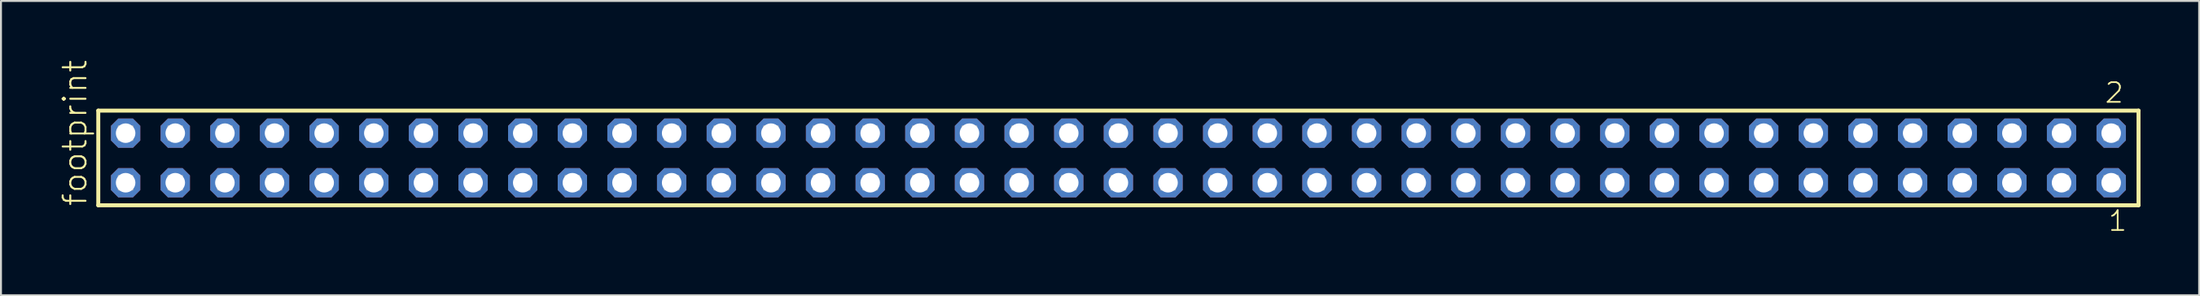
<source format=kicad_pcb>
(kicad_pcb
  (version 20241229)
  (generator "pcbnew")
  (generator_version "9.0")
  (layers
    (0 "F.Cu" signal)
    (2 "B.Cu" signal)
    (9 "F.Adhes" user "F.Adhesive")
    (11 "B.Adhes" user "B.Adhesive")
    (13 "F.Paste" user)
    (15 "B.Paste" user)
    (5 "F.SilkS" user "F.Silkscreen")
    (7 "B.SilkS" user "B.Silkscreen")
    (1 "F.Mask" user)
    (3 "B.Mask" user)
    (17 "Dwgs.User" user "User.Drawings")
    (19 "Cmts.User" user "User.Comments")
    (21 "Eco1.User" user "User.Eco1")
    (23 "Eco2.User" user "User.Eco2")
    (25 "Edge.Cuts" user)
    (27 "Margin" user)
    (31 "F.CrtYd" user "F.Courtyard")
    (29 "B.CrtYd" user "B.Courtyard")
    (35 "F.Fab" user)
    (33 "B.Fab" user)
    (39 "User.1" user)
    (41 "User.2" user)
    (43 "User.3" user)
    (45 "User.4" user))
  (footprint "footprint"
    (layer "F.Cu")
    (at 54.178 5.042)
    (property "Reference" "footprint" (at -52.705 2.54 90) (layer "F.SilkS") (effects (font (size 1.168 1.168) (thickness 0.102)) (justify left bottom)))
    (fp_line (start -52.199 -2.425) (end 52.199 -2.425) (stroke (width 0.203) (type solid)) (layer "F.SilkS"))
    (fp_line (start -52.199 2.425) (end -52.199 -2.425) (stroke (width 0.203) (type solid)) (layer "F.SilkS"))
    (fp_line (start 52.199 -2.425) (end 52.199 2.425) (stroke (width 0.203) (type solid)) (layer "F.SilkS"))
    (fp_line (start 52.199 2.425) (end -52.199 2.425) (stroke (width 0.203) (type solid)) (layer "F.SilkS"))
    (fp_poly (pts (xy -51.15 -0.92) (xy -50.45 -0.92) (xy -50.45 -1.62) (xy -51.15 -1.62)) (stroke (width 0.1) (type solid)) (fill no) (layer "F.Fab"))
    (fp_poly (pts (xy -51.15 1.62) (xy -50.45 1.62) (xy -50.45 0.92) (xy -51.15 0.92)) (stroke (width 0.1) (type solid)) (fill no) (layer "F.Fab"))
    (fp_poly (pts (xy -48.61 -0.92) (xy -47.91 -0.92) (xy -47.91 -1.62) (xy -48.61 -1.62)) (stroke (width 0.1) (type solid)) (fill no) (layer "F.Fab"))
    (fp_poly (pts (xy -48.61 1.62) (xy -47.91 1.62) (xy -47.91 0.92) (xy -48.61 0.92)) (stroke (width 0.1) (type solid)) (fill no) (layer "F.Fab"))
    (fp_poly (pts (xy -46.07 -0.92) (xy -45.37 -0.92) (xy -45.37 -1.62) (xy -46.07 -1.62)) (stroke (width 0.1) (type solid)) (fill no) (layer "F.Fab"))
    (fp_poly (pts (xy -46.07 1.62) (xy -45.37 1.62) (xy -45.37 0.92) (xy -46.07 0.92)) (stroke (width 0.1) (type solid)) (fill no) (layer "F.Fab"))
    (fp_poly (pts (xy -43.53 -0.92) (xy -42.83 -0.92) (xy -42.83 -1.62) (xy -43.53 -1.62)) (stroke (width 0.1) (type solid)) (fill no) (layer "F.Fab"))
    (fp_poly (pts (xy -43.53 1.62) (xy -42.83 1.62) (xy -42.83 0.92) (xy -43.53 0.92)) (stroke (width 0.1) (type solid)) (fill no) (layer "F.Fab"))
    (fp_poly (pts (xy -40.99 -0.92) (xy -40.29 -0.92) (xy -40.29 -1.62) (xy -40.99 -1.62)) (stroke (width 0.1) (type solid)) (fill no) (layer "F.Fab"))
    (fp_poly (pts (xy -40.99 1.62) (xy -40.29 1.62) (xy -40.29 0.92) (xy -40.99 0.92)) (stroke (width 0.1) (type solid)) (fill no) (layer "F.Fab"))
    (fp_poly (pts (xy -38.45 -0.92) (xy -37.75 -0.92) (xy -37.75 -1.62) (xy -38.45 -1.62)) (stroke (width 0.1) (type solid)) (fill no) (layer "F.Fab"))
    (fp_poly (pts (xy -38.45 1.62) (xy -37.75 1.62) (xy -37.75 0.92) (xy -38.45 0.92)) (stroke (width 0.1) (type solid)) (fill no) (layer "F.Fab"))
    (fp_poly (pts (xy -35.91 -0.92) (xy -35.21 -0.92) (xy -35.21 -1.62) (xy -35.91 -1.62)) (stroke (width 0.1) (type solid)) (fill no) (layer "F.Fab"))
    (fp_poly (pts (xy -35.91 1.62) (xy -35.21 1.62) (xy -35.21 0.92) (xy -35.91 0.92)) (stroke (width 0.1) (type solid)) (fill no) (layer "F.Fab"))
    (fp_poly (pts (xy -33.37 -0.92) (xy -32.67 -0.92) (xy -32.67 -1.62) (xy -33.37 -1.62)) (stroke (width 0.1) (type solid)) (fill no) (layer "F.Fab"))
    (fp_poly (pts (xy -33.37 1.62) (xy -32.67 1.62) (xy -32.67 0.92) (xy -33.37 0.92)) (stroke (width 0.1) (type solid)) (fill no) (layer "F.Fab"))
    (fp_poly (pts (xy -30.83 -0.92) (xy -30.13 -0.92) (xy -30.13 -1.62) (xy -30.83 -1.62)) (stroke (width 0.1) (type solid)) (fill no) (layer "F.Fab"))
    (fp_poly (pts (xy -30.83 1.62) (xy -30.13 1.62) (xy -30.13 0.92) (xy -30.83 0.92)) (stroke (width 0.1) (type solid)) (fill no) (layer "F.Fab"))
    (fp_poly (pts (xy -28.29 -0.92) (xy -27.59 -0.92) (xy -27.59 -1.62) (xy -28.29 -1.62)) (stroke (width 0.1) (type solid)) (fill no) (layer "F.Fab"))
    (fp_poly (pts (xy -28.29 1.62) (xy -27.59 1.62) (xy -27.59 0.92) (xy -28.29 0.92)) (stroke (width 0.1) (type solid)) (fill no) (layer "F.Fab"))
    (fp_poly (pts (xy -25.75 -0.92) (xy -25.05 -0.92) (xy -25.05 -1.62) (xy -25.75 -1.62)) (stroke (width 0.1) (type solid)) (fill no) (layer "F.Fab"))
    (fp_poly (pts (xy -25.75 1.62) (xy -25.05 1.62) (xy -25.05 0.92) (xy -25.75 0.92)) (stroke (width 0.1) (type solid)) (fill no) (layer "F.Fab"))
    (fp_poly (pts (xy -23.21 -0.92) (xy -22.51 -0.92) (xy -22.51 -1.62) (xy -23.21 -1.62)) (stroke (width 0.1) (type solid)) (fill no) (layer "F.Fab"))
    (fp_poly (pts (xy -23.21 1.62) (xy -22.51 1.62) (xy -22.51 0.92) (xy -23.21 0.92)) (stroke (width 0.1) (type solid)) (fill no) (layer "F.Fab"))
    (fp_poly (pts (xy -20.67 -0.92) (xy -19.97 -0.92) (xy -19.97 -1.62) (xy -20.67 -1.62)) (stroke (width 0.1) (type solid)) (fill no) (layer "F.Fab"))
    (fp_poly (pts (xy -20.67 1.62) (xy -19.97 1.62) (xy -19.97 0.92) (xy -20.67 0.92)) (stroke (width 0.1) (type solid)) (fill no) (layer "F.Fab"))
    (fp_poly (pts (xy -18.13 -0.92) (xy -17.43 -0.92) (xy -17.43 -1.62) (xy -18.13 -1.62)) (stroke (width 0.1) (type solid)) (fill no) (layer "F.Fab"))
    (fp_poly (pts (xy -18.13 1.62) (xy -17.43 1.62) (xy -17.43 0.92) (xy -18.13 0.92)) (stroke (width 0.1) (type solid)) (fill no) (layer "F.Fab"))
    (fp_poly (pts (xy -15.59 -0.92) (xy -14.89 -0.92) (xy -14.89 -1.62) (xy -15.59 -1.62)) (stroke (width 0.1) (type solid)) (fill no) (layer "F.Fab"))
    (fp_poly (pts (xy -15.59 1.62) (xy -14.89 1.62) (xy -14.89 0.92) (xy -15.59 0.92)) (stroke (width 0.1) (type solid)) (fill no) (layer "F.Fab"))
    (fp_poly (pts (xy -13.05 -0.92) (xy -12.35 -0.92) (xy -12.35 -1.62) (xy -13.05 -1.62)) (stroke (width 0.1) (type solid)) (fill no) (layer "F.Fab"))
    (fp_poly (pts (xy -13.05 1.62) (xy -12.35 1.62) (xy -12.35 0.92) (xy -13.05 0.92)) (stroke (width 0.1) (type solid)) (fill no) (layer "F.Fab"))
    (fp_poly (pts (xy -10.51 -0.92) (xy -9.81 -0.92) (xy -9.81 -1.62) (xy -10.51 -1.62)) (stroke (width 0.1) (type solid)) (fill no) (layer "F.Fab"))
    (fp_poly (pts (xy -10.51 1.62) (xy -9.81 1.62) (xy -9.81 0.92) (xy -10.51 0.92)) (stroke (width 0.1) (type solid)) (fill no) (layer "F.Fab"))
    (fp_poly (pts (xy -7.97 -0.92) (xy -7.27 -0.92) (xy -7.27 -1.62) (xy -7.97 -1.62)) (stroke (width 0.1) (type solid)) (fill no) (layer "F.Fab"))
    (fp_poly (pts (xy -7.97 1.62) (xy -7.27 1.62) (xy -7.27 0.92) (xy -7.97 0.92)) (stroke (width 0.1) (type solid)) (fill no) (layer "F.Fab"))
    (fp_poly (pts (xy -5.43 -0.92) (xy -4.73 -0.92) (xy -4.73 -1.62) (xy -5.43 -1.62)) (stroke (width 0.1) (type solid)) (fill no) (layer "F.Fab"))
    (fp_poly (pts (xy -5.43 1.62) (xy -4.73 1.62) (xy -4.73 0.92) (xy -5.43 0.92)) (stroke (width 0.1) (type solid)) (fill no) (layer "F.Fab"))
    (fp_poly (pts (xy -2.89 -0.92) (xy -2.19 -0.92) (xy -2.19 -1.62) (xy -2.89 -1.62)) (stroke (width 0.1) (type solid)) (fill no) (layer "F.Fab"))
    (fp_poly (pts (xy -2.89 1.62) (xy -2.19 1.62) (xy -2.19 0.92) (xy -2.89 0.92)) (stroke (width 0.1) (type solid)) (fill no) (layer "F.Fab"))
    (fp_poly (pts (xy -0.35 -0.92) (xy 0.35 -0.92) (xy 0.35 -1.62) (xy -0.35 -1.62)) (stroke (width 0.1) (type solid)) (fill no) (layer "F.Fab"))
    (fp_poly (pts (xy -0.35 1.62) (xy 0.35 1.62) (xy 0.35 0.92) (xy -0.35 0.92)) (stroke (width 0.1) (type solid)) (fill no) (layer "F.Fab"))
    (fp_poly (pts (xy 2.19 -0.92) (xy 2.89 -0.92) (xy 2.89 -1.62) (xy 2.19 -1.62)) (stroke (width 0.1) (type solid)) (fill no) (layer "F.Fab"))
    (fp_poly (pts (xy 2.19 1.62) (xy 2.89 1.62) (xy 2.89 0.92) (xy 2.19 0.92)) (stroke (width 0.1) (type solid)) (fill no) (layer "F.Fab"))
    (fp_poly (pts (xy 4.73 -0.92) (xy 5.43 -0.92) (xy 5.43 -1.62) (xy 4.73 -1.62)) (stroke (width 0.1) (type solid)) (fill no) (layer "F.Fab"))
    (fp_poly (pts (xy 4.73 1.62) (xy 5.43 1.62) (xy 5.43 0.92) (xy 4.73 0.92)) (stroke (width 0.1) (type solid)) (fill no) (layer "F.Fab"))
    (fp_poly (pts (xy 7.27 -0.92) (xy 7.97 -0.92) (xy 7.97 -1.62) (xy 7.27 -1.62)) (stroke (width 0.1) (type solid)) (fill no) (layer "F.Fab"))
    (fp_poly (pts (xy 7.27 1.62) (xy 7.97 1.62) (xy 7.97 0.92) (xy 7.27 0.92)) (stroke (width 0.1) (type solid)) (fill no) (layer "F.Fab"))
    (fp_poly (pts (xy 9.81 -0.92) (xy 10.51 -0.92) (xy 10.51 -1.62) (xy 9.81 -1.62)) (stroke (width 0.1) (type solid)) (fill no) (layer "F.Fab"))
    (fp_poly (pts (xy 9.81 1.62) (xy 10.51 1.62) (xy 10.51 0.92) (xy 9.81 0.92)) (stroke (width 0.1) (type solid)) (fill no) (layer "F.Fab"))
    (fp_poly (pts (xy 12.35 -0.92) (xy 13.05 -0.92) (xy 13.05 -1.62) (xy 12.35 -1.62)) (stroke (width 0.1) (type solid)) (fill no) (layer "F.Fab"))
    (fp_poly (pts (xy 12.35 1.62) (xy 13.05 1.62) (xy 13.05 0.92) (xy 12.35 0.92)) (stroke (width 0.1) (type solid)) (fill no) (layer "F.Fab"))
    (fp_poly (pts (xy 14.89 -0.92) (xy 15.59 -0.92) (xy 15.59 -1.62) (xy 14.89 -1.62)) (stroke (width 0.1) (type solid)) (fill no) (layer "F.Fab"))
    (fp_poly (pts (xy 14.89 1.62) (xy 15.59 1.62) (xy 15.59 0.92) (xy 14.89 0.92)) (stroke (width 0.1) (type solid)) (fill no) (layer "F.Fab"))
    (fp_poly (pts (xy 17.43 -0.92) (xy 18.13 -0.92) (xy 18.13 -1.62) (xy 17.43 -1.62)) (stroke (width 0.1) (type solid)) (fill no) (layer "F.Fab"))
    (fp_poly (pts (xy 17.43 1.62) (xy 18.13 1.62) (xy 18.13 0.92) (xy 17.43 0.92)) (stroke (width 0.1) (type solid)) (fill no) (layer "F.Fab"))
    (fp_poly (pts (xy 19.97 -0.92) (xy 20.67 -0.92) (xy 20.67 -1.62) (xy 19.97 -1.62)) (stroke (width 0.1) (type solid)) (fill no) (layer "F.Fab"))
    (fp_poly (pts (xy 19.97 1.62) (xy 20.67 1.62) (xy 20.67 0.92) (xy 19.97 0.92)) (stroke (width 0.1) (type solid)) (fill no) (layer "F.Fab"))
    (fp_poly (pts (xy 22.51 -0.92) (xy 23.21 -0.92) (xy 23.21 -1.62) (xy 22.51 -1.62)) (stroke (width 0.1) (type solid)) (fill no) (layer "F.Fab"))
    (fp_poly (pts (xy 22.51 1.62) (xy 23.21 1.62) (xy 23.21 0.92) (xy 22.51 0.92)) (stroke (width 0.1) (type solid)) (fill no) (layer "F.Fab"))
    (fp_poly (pts (xy 25.05 -0.92) (xy 25.75 -0.92) (xy 25.75 -1.62) (xy 25.05 -1.62)) (stroke (width 0.1) (type solid)) (fill no) (layer "F.Fab"))
    (fp_poly (pts (xy 25.05 1.62) (xy 25.75 1.62) (xy 25.75 0.92) (xy 25.05 0.92)) (stroke (width 0.1) (type solid)) (fill no) (layer "F.Fab"))
    (fp_poly (pts (xy 27.59 -0.92) (xy 28.29 -0.92) (xy 28.29 -1.62) (xy 27.59 -1.62)) (stroke (width 0.1) (type solid)) (fill no) (layer "F.Fab"))
    (fp_poly (pts (xy 27.59 1.62) (xy 28.29 1.62) (xy 28.29 0.92) (xy 27.59 0.92)) (stroke (width 0.1) (type solid)) (fill no) (layer "F.Fab"))
    (fp_poly (pts (xy 30.13 -0.92) (xy 30.83 -0.92) (xy 30.83 -1.62) (xy 30.13 -1.62)) (stroke (width 0.1) (type solid)) (fill no) (layer "F.Fab"))
    (fp_poly (pts (xy 30.13 1.62) (xy 30.83 1.62) (xy 30.83 0.92) (xy 30.13 0.92)) (stroke (width 0.1) (type solid)) (fill no) (layer "F.Fab"))
    (fp_poly (pts (xy 32.67 -0.92) (xy 33.37 -0.92) (xy 33.37 -1.62) (xy 32.67 -1.62)) (stroke (width 0.1) (type solid)) (fill no) (layer "F.Fab"))
    (fp_poly (pts (xy 32.67 1.62) (xy 33.37 1.62) (xy 33.37 0.92) (xy 32.67 0.92)) (stroke (width 0.1) (type solid)) (fill no) (layer "F.Fab"))
    (fp_poly (pts (xy 35.21 -0.92) (xy 35.91 -0.92) (xy 35.91 -1.62) (xy 35.21 -1.62)) (stroke (width 0.1) (type solid)) (fill no) (layer "F.Fab"))
    (fp_poly (pts (xy 35.21 1.62) (xy 35.91 1.62) (xy 35.91 0.92) (xy 35.21 0.92)) (stroke (width 0.1) (type solid)) (fill no) (layer "F.Fab"))
    (fp_poly (pts (xy 37.75 -0.92) (xy 38.45 -0.92) (xy 38.45 -1.62) (xy 37.75 -1.62)) (stroke (width 0.1) (type solid)) (fill no) (layer "F.Fab"))
    (fp_poly (pts (xy 37.75 1.62) (xy 38.45 1.62) (xy 38.45 0.92) (xy 37.75 0.92)) (stroke (width 0.1) (type solid)) (fill no) (layer "F.Fab"))
    (fp_poly (pts (xy 40.29 -0.92) (xy 40.99 -0.92) (xy 40.99 -1.62) (xy 40.29 -1.62)) (stroke (width 0.1) (type solid)) (fill no) (layer "F.Fab"))
    (fp_poly (pts (xy 40.29 1.62) (xy 40.99 1.62) (xy 40.99 0.92) (xy 40.29 0.92)) (stroke (width 0.1) (type solid)) (fill no) (layer "F.Fab"))
    (fp_poly (pts (xy 42.83 -0.92) (xy 43.53 -0.92) (xy 43.53 -1.62) (xy 42.83 -1.62)) (stroke (width 0.1) (type solid)) (fill no) (layer "F.Fab"))
    (fp_poly (pts (xy 42.83 1.62) (xy 43.53 1.62) (xy 43.53 0.92) (xy 42.83 0.92)) (stroke (width 0.1) (type solid)) (fill no) (layer "F.Fab"))
    (fp_poly (pts (xy 45.37 -0.92) (xy 46.07 -0.92) (xy 46.07 -1.62) (xy 45.37 -1.62)) (stroke (width 0.1) (type solid)) (fill no) (layer "F.Fab"))
    (fp_poly (pts (xy 45.37 1.62) (xy 46.07 1.62) (xy 46.07 0.92) (xy 45.37 0.92)) (stroke (width 0.1) (type solid)) (fill no) (layer "F.Fab"))
    (fp_poly (pts (xy 47.91 -0.92) (xy 48.61 -0.92) (xy 48.61 -1.62) (xy 47.91 -1.62)) (stroke (width 0.1) (type solid)) (fill no) (layer "F.Fab"))
    (fp_poly (pts (xy 47.91 1.62) (xy 48.61 1.62) (xy 48.61 0.92) (xy 47.91 0.92)) (stroke (width 0.1) (type solid)) (fill no) (layer "F.Fab"))
    (fp_poly (pts (xy 50.45 -0.92) (xy 51.15 -0.92) (xy 51.15 -1.62) (xy 50.45 -1.62)) (stroke (width 0.1) (type solid)) (fill no) (layer "F.Fab"))
    (fp_poly (pts (xy 50.45 1.62) (xy 51.15 1.62) (xy 51.15 0.92) (xy 50.45 0.92)) (stroke (width 0.1) (type solid)) (fill no) (layer "F.Fab"))
    (fp_text user "2" (at 50.417 -2.744 0) (layer "F.SilkS") (effects (font (size 1.012 1.012) (thickness 0.088)) (justify left bottom)))
    (fp_text user "1" (at 50.592 3.818 0) (layer "F.SilkS") (effects (font (size 1.012 1.012) (thickness 0.088)) (justify left bottom)))
    (pad "1" thru_hole roundrect (at 50.8 1.27 180) (size 1.5 1.5) (drill 1) (layers "*.Cu" "*.Mask") (roundrect_rratio 0.25) (chamfer_ratio 0.25) (chamfer top_left top_right bottom_left bottom_right))
    (pad "2" thru_hole roundrect (at 50.8 -1.27 180) (size 1.5 1.5) (drill 1) (layers "*.Cu" "*.Mask") (roundrect_rratio 0.25) (chamfer_ratio 0.25) (chamfer top_left top_right bottom_left bottom_right))
    (pad "3" thru_hole roundrect (at 48.26 1.27 180) (size 1.5 1.5) (drill 1) (layers "*.Cu" "*.Mask") (roundrect_rratio 0.25) (chamfer_ratio 0.25) (chamfer top_left top_right bottom_left bottom_right))
    (pad "4" thru_hole roundrect (at 48.26 -1.27 180) (size 1.5 1.5) (drill 1) (layers "*.Cu" "*.Mask") (roundrect_rratio 0.25) (chamfer_ratio 0.25) (chamfer top_left top_right bottom_left bottom_right))
    (pad "5" thru_hole roundrect (at 45.72 1.27 180) (size 1.5 1.5) (drill 1) (layers "*.Cu" "*.Mask") (roundrect_rratio 0.25) (chamfer_ratio 0.25) (chamfer top_left top_right bottom_left bottom_right))
    (pad "6" thru_hole roundrect (at 45.72 -1.27 180) (size 1.5 1.5) (drill 1) (layers "*.Cu" "*.Mask") (roundrect_rratio 0.25) (chamfer_ratio 0.25) (chamfer top_left top_right bottom_left bottom_right))
    (pad "7" thru_hole roundrect (at 43.18 1.27 180) (size 1.5 1.5) (drill 1) (layers "*.Cu" "*.Mask") (roundrect_rratio 0.25) (chamfer_ratio 0.25) (chamfer top_left top_right bottom_left bottom_right))
    (pad "8" thru_hole roundrect (at 43.18 -1.27 180) (size 1.5 1.5) (drill 1) (layers "*.Cu" "*.Mask") (roundrect_rratio 0.25) (chamfer_ratio 0.25) (chamfer top_left top_right bottom_left bottom_right))
    (pad "9" thru_hole roundrect (at 40.64 1.27 180) (size 1.5 1.5) (drill 1) (layers "*.Cu" "*.Mask") (roundrect_rratio 0.25) (chamfer_ratio 0.25) (chamfer top_left top_right bottom_left bottom_right))
    (pad "10" thru_hole roundrect (at 40.64 -1.27 180) (size 1.5 1.5) (drill 1) (layers "*.Cu" "*.Mask") (roundrect_rratio 0.25) (chamfer_ratio 0.25) (chamfer top_left top_right bottom_left bottom_right))
    (pad "11" thru_hole roundrect (at 38.1 1.27 180) (size 1.5 1.5) (drill 1) (layers "*.Cu" "*.Mask") (roundrect_rratio 0.25) (chamfer_ratio 0.25) (chamfer top_left top_right bottom_left bottom_right))
    (pad "12" thru_hole roundrect (at 38.1 -1.27 180) (size 1.5 1.5) (drill 1) (layers "*.Cu" "*.Mask") (roundrect_rratio 0.25) (chamfer_ratio 0.25) (chamfer top_left top_right bottom_left bottom_right))
    (pad "13" thru_hole roundrect (at 35.56 1.27 180) (size 1.5 1.5) (drill 1) (layers "*.Cu" "*.Mask") (roundrect_rratio 0.25) (chamfer_ratio 0.25) (chamfer top_left top_right bottom_left bottom_right))
    (pad "14" thru_hole roundrect (at 35.56 -1.27 180) (size 1.5 1.5) (drill 1) (layers "*.Cu" "*.Mask") (roundrect_rratio 0.25) (chamfer_ratio 0.25) (chamfer top_left top_right bottom_left bottom_right))
    (pad "15" thru_hole roundrect (at 33.02 1.27 180) (size 1.5 1.5) (drill 1) (layers "*.Cu" "*.Mask") (roundrect_rratio 0.25) (chamfer_ratio 0.25) (chamfer top_left top_right bottom_left bottom_right))
    (pad "16" thru_hole roundrect (at 33.02 -1.27 180) (size 1.5 1.5) (drill 1) (layers "*.Cu" "*.Mask") (roundrect_rratio 0.25) (chamfer_ratio 0.25) (chamfer top_left top_right bottom_left bottom_right))
    (pad "17" thru_hole roundrect (at 30.48 1.27 180) (size 1.5 1.5) (drill 1) (layers "*.Cu" "*.Mask") (roundrect_rratio 0.25) (chamfer_ratio 0.25) (chamfer top_left top_right bottom_left bottom_right))
    (pad "18" thru_hole roundrect (at 30.48 -1.27 180) (size 1.5 1.5) (drill 1) (layers "*.Cu" "*.Mask") (roundrect_rratio 0.25) (chamfer_ratio 0.25) (chamfer top_left top_right bottom_left bottom_right))
    (pad "19" thru_hole roundrect (at 27.94 1.27 180) (size 1.5 1.5) (drill 1) (layers "*.Cu" "*.Mask") (roundrect_rratio 0.25) (chamfer_ratio 0.25) (chamfer top_left top_right bottom_left bottom_right))
    (pad "20" thru_hole roundrect (at 27.94 -1.27 180) (size 1.5 1.5) (drill 1) (layers "*.Cu" "*.Mask") (roundrect_rratio 0.25) (chamfer_ratio 0.25) (chamfer top_left top_right bottom_left bottom_right))
    (pad "21" thru_hole roundrect (at 25.4 1.27 180) (size 1.5 1.5) (drill 1) (layers "*.Cu" "*.Mask") (roundrect_rratio 0.25) (chamfer_ratio 0.25) (chamfer top_left top_right bottom_left bottom_right))
    (pad "22" thru_hole roundrect (at 25.4 -1.27 180) (size 1.5 1.5) (drill 1) (layers "*.Cu" "*.Mask") (roundrect_rratio 0.25) (chamfer_ratio 0.25) (chamfer top_left top_right bottom_left bottom_right))
    (pad "23" thru_hole roundrect (at 22.86 1.27 180) (size 1.5 1.5) (drill 1) (layers "*.Cu" "*.Mask") (roundrect_rratio 0.25) (chamfer_ratio 0.25) (chamfer top_left top_right bottom_left bottom_right))
    (pad "24" thru_hole roundrect (at 22.86 -1.27 180) (size 1.5 1.5) (drill 1) (layers "*.Cu" "*.Mask") (roundrect_rratio 0.25) (chamfer_ratio 0.25) (chamfer top_left top_right bottom_left bottom_right))
    (pad "25" thru_hole roundrect (at 20.32 1.27 180) (size 1.5 1.5) (drill 1) (layers "*.Cu" "*.Mask") (roundrect_rratio 0.25) (chamfer_ratio 0.25) (chamfer top_left top_right bottom_left bottom_right))
    (pad "26" thru_hole roundrect (at 20.32 -1.27 180) (size 1.5 1.5) (drill 1) (layers "*.Cu" "*.Mask") (roundrect_rratio 0.25) (chamfer_ratio 0.25) (chamfer top_left top_right bottom_left bottom_right))
    (pad "27" thru_hole roundrect (at 17.78 1.27 180) (size 1.5 1.5) (drill 1) (layers "*.Cu" "*.Mask") (roundrect_rratio 0.25) (chamfer_ratio 0.25) (chamfer top_left top_right bottom_left bottom_right))
    (pad "28" thru_hole roundrect (at 17.78 -1.27 180) (size 1.5 1.5) (drill 1) (layers "*.Cu" "*.Mask") (roundrect_rratio 0.25) (chamfer_ratio 0.25) (chamfer top_left top_right bottom_left bottom_right))
    (pad "29" thru_hole roundrect (at 15.24 1.27 180) (size 1.5 1.5) (drill 1) (layers "*.Cu" "*.Mask") (roundrect_rratio 0.25) (chamfer_ratio 0.25) (chamfer top_left top_right bottom_left bottom_right))
    (pad "30" thru_hole roundrect (at 15.24 -1.27 180) (size 1.5 1.5) (drill 1) (layers "*.Cu" "*.Mask") (roundrect_rratio 0.25) (chamfer_ratio 0.25) (chamfer top_left top_right bottom_left bottom_right))
    (pad "31" thru_hole roundrect (at 12.7 1.27 180) (size 1.5 1.5) (drill 1) (layers "*.Cu" "*.Mask") (roundrect_rratio 0.25) (chamfer_ratio 0.25) (chamfer top_left top_right bottom_left bottom_right))
    (pad "32" thru_hole roundrect (at 12.7 -1.27 180) (size 1.5 1.5) (drill 1) (layers "*.Cu" "*.Mask") (roundrect_rratio 0.25) (chamfer_ratio 0.25) (chamfer top_left top_right bottom_left bottom_right))
    (pad "33" thru_hole roundrect (at 10.16 1.27 180) (size 1.5 1.5) (drill 1) (layers "*.Cu" "*.Mask") (roundrect_rratio 0.25) (chamfer_ratio 0.25) (chamfer top_left top_right bottom_left bottom_right))
    (pad "34" thru_hole roundrect (at 10.16 -1.27 180) (size 1.5 1.5) (drill 1) (layers "*.Cu" "*.Mask") (roundrect_rratio 0.25) (chamfer_ratio 0.25) (chamfer top_left top_right bottom_left bottom_right))
    (pad "35" thru_hole roundrect (at 7.62 1.27 180) (size 1.5 1.5) (drill 1) (layers "*.Cu" "*.Mask") (roundrect_rratio 0.25) (chamfer_ratio 0.25) (chamfer top_left top_right bottom_left bottom_right))
    (pad "36" thru_hole roundrect (at 7.62 -1.27 180) (size 1.5 1.5) (drill 1) (layers "*.Cu" "*.Mask") (roundrect_rratio 0.25) (chamfer_ratio 0.25) (chamfer top_left top_right bottom_left bottom_right))
    (pad "37" thru_hole roundrect (at 5.08 1.27 180) (size 1.5 1.5) (drill 1) (layers "*.Cu" "*.Mask") (roundrect_rratio 0.25) (chamfer_ratio 0.25) (chamfer top_left top_right bottom_left bottom_right))
    (pad "38" thru_hole roundrect (at 5.08 -1.27 180) (size 1.5 1.5) (drill 1) (layers "*.Cu" "*.Mask") (roundrect_rratio 0.25) (chamfer_ratio 0.25) (chamfer top_left top_right bottom_left bottom_right))
    (pad "39" thru_hole roundrect (at 2.54 1.27 180) (size 1.5 1.5) (drill 1) (layers "*.Cu" "*.Mask") (roundrect_rratio 0.25) (chamfer_ratio 0.25) (chamfer top_left top_right bottom_left bottom_right))
    (pad "40" thru_hole roundrect (at 2.54 -1.27 180) (size 1.5 1.5) (drill 1) (layers "*.Cu" "*.Mask") (roundrect_rratio 0.25) (chamfer_ratio 0.25) (chamfer top_left top_right bottom_left bottom_right))
    (pad "41" thru_hole roundrect (at 0 1.27 180) (size 1.5 1.5) (drill 1) (layers "*.Cu" "*.Mask") (roundrect_rratio 0.25) (chamfer_ratio 0.25) (chamfer top_left top_right bottom_left bottom_right))
    (pad "42" thru_hole roundrect (at 0 -1.27 180) (size 1.5 1.5) (drill 1) (layers "*.Cu" "*.Mask") (roundrect_rratio 0.25) (chamfer_ratio 0.25) (chamfer top_left top_right bottom_left bottom_right))
    (pad "43" thru_hole roundrect (at -2.54 1.27 180) (size 1.5 1.5) (drill 1) (layers "*.Cu" "*.Mask") (roundrect_rratio 0.25) (chamfer_ratio 0.25) (chamfer top_left top_right bottom_left bottom_right))
    (pad "44" thru_hole roundrect (at -2.54 -1.27 180) (size 1.5 1.5) (drill 1) (layers "*.Cu" "*.Mask") (roundrect_rratio 0.25) (chamfer_ratio 0.25) (chamfer top_left top_right bottom_left bottom_right))
    (pad "45" thru_hole roundrect (at -5.08 1.27 180) (size 1.5 1.5) (drill 1) (layers "*.Cu" "*.Mask") (roundrect_rratio 0.25) (chamfer_ratio 0.25) (chamfer top_left top_right bottom_left bottom_right))
    (pad "46" thru_hole roundrect (at -5.08 -1.27 180) (size 1.5 1.5) (drill 1) (layers "*.Cu" "*.Mask") (roundrect_rratio 0.25) (chamfer_ratio 0.25) (chamfer top_left top_right bottom_left bottom_right))
    (pad "47" thru_hole roundrect (at -7.62 1.27 180) (size 1.5 1.5) (drill 1) (layers "*.Cu" "*.Mask") (roundrect_rratio 0.25) (chamfer_ratio 0.25) (chamfer top_left top_right bottom_left bottom_right))
    (pad "48" thru_hole roundrect (at -7.62 -1.27 180) (size 1.5 1.5) (drill 1) (layers "*.Cu" "*.Mask") (roundrect_rratio 0.25) (chamfer_ratio 0.25) (chamfer top_left top_right bottom_left bottom_right))
    (pad "49" thru_hole roundrect (at -10.16 1.27 180) (size 1.5 1.5) (drill 1) (layers "*.Cu" "*.Mask") (roundrect_rratio 0.25) (chamfer_ratio 0.25) (chamfer top_left top_right bottom_left bottom_right))
    (pad "50" thru_hole roundrect (at -10.16 -1.27 180) (size 1.5 1.5) (drill 1) (layers "*.Cu" "*.Mask") (roundrect_rratio 0.25) (chamfer_ratio 0.25) (chamfer top_left top_right bottom_left bottom_right))
    (pad "51" thru_hole roundrect (at -12.7 1.27 180) (size 1.5 1.5) (drill 1) (layers "*.Cu" "*.Mask") (roundrect_rratio 0.25) (chamfer_ratio 0.25) (chamfer top_left top_right bottom_left bottom_right))
    (pad "52" thru_hole roundrect (at -12.7 -1.27 180) (size 1.5 1.5) (drill 1) (layers "*.Cu" "*.Mask") (roundrect_rratio 0.25) (chamfer_ratio 0.25) (chamfer top_left top_right bottom_left bottom_right))
    (pad "53" thru_hole roundrect (at -15.24 1.27 180) (size 1.5 1.5) (drill 1) (layers "*.Cu" "*.Mask") (roundrect_rratio 0.25) (chamfer_ratio 0.25) (chamfer top_left top_right bottom_left bottom_right))
    (pad "54" thru_hole roundrect (at -15.24 -1.27 180) (size 1.5 1.5) (drill 1) (layers "*.Cu" "*.Mask") (roundrect_rratio 0.25) (chamfer_ratio 0.25) (chamfer top_left top_right bottom_left bottom_right))
    (pad "55" thru_hole roundrect (at -17.78 1.27 180) (size 1.5 1.5) (drill 1) (layers "*.Cu" "*.Mask") (roundrect_rratio 0.25) (chamfer_ratio 0.25) (chamfer top_left top_right bottom_left bottom_right))
    (pad "56" thru_hole roundrect (at -17.78 -1.27 180) (size 1.5 1.5) (drill 1) (layers "*.Cu" "*.Mask") (roundrect_rratio 0.25) (chamfer_ratio 0.25) (chamfer top_left top_right bottom_left bottom_right))
    (pad "57" thru_hole roundrect (at -20.32 1.27 180) (size 1.5 1.5) (drill 1) (layers "*.Cu" "*.Mask") (roundrect_rratio 0.25) (chamfer_ratio 0.25) (chamfer top_left top_right bottom_left bottom_right))
    (pad "58" thru_hole roundrect (at -20.32 -1.27 180) (size 1.5 1.5) (drill 1) (layers "*.Cu" "*.Mask") (roundrect_rratio 0.25) (chamfer_ratio 0.25) (chamfer top_left top_right bottom_left bottom_right))
    (pad "59" thru_hole roundrect (at -22.86 1.27 180) (size 1.5 1.5) (drill 1) (layers "*.Cu" "*.Mask") (roundrect_rratio 0.25) (chamfer_ratio 0.25) (chamfer top_left top_right bottom_left bottom_right))
    (pad "60" thru_hole roundrect (at -22.86 -1.27 180) (size 1.5 1.5) (drill 1) (layers "*.Cu" "*.Mask") (roundrect_rratio 0.25) (chamfer_ratio 0.25) (chamfer top_left top_right bottom_left bottom_right))
    (pad "61" thru_hole roundrect (at -25.4 1.27 180) (size 1.5 1.5) (drill 1) (layers "*.Cu" "*.Mask") (roundrect_rratio 0.25) (chamfer_ratio 0.25) (chamfer top_left top_right bottom_left bottom_right))
    (pad "62" thru_hole roundrect (at -25.4 -1.27 180) (size 1.5 1.5) (drill 1) (layers "*.Cu" "*.Mask") (roundrect_rratio 0.25) (chamfer_ratio 0.25) (chamfer top_left top_right bottom_left bottom_right))
    (pad "63" thru_hole roundrect (at -27.94 1.27 180) (size 1.5 1.5) (drill 1) (layers "*.Cu" "*.Mask") (roundrect_rratio 0.25) (chamfer_ratio 0.25) (chamfer top_left top_right bottom_left bottom_right))
    (pad "64" thru_hole roundrect (at -27.94 -1.27 180) (size 1.5 1.5) (drill 1) (layers "*.Cu" "*.Mask") (roundrect_rratio 0.25) (chamfer_ratio 0.25) (chamfer top_left top_right bottom_left bottom_right))
    (pad "65" thru_hole roundrect (at -30.48 1.27 180) (size 1.5 1.5) (drill 1) (layers "*.Cu" "*.Mask") (roundrect_rratio 0.25) (chamfer_ratio 0.25) (chamfer top_left top_right bottom_left bottom_right))
    (pad "66" thru_hole roundrect (at -30.48 -1.27 180) (size 1.5 1.5) (drill 1) (layers "*.Cu" "*.Mask") (roundrect_rratio 0.25) (chamfer_ratio 0.25) (chamfer top_left top_right bottom_left bottom_right))
    (pad "67" thru_hole roundrect (at -33.02 1.27 180) (size 1.5 1.5) (drill 1) (layers "*.Cu" "*.Mask") (roundrect_rratio 0.25) (chamfer_ratio 0.25) (chamfer top_left top_right bottom_left bottom_right))
    (pad "68" thru_hole roundrect (at -33.02 -1.27 180) (size 1.5 1.5) (drill 1) (layers "*.Cu" "*.Mask") (roundrect_rratio 0.25) (chamfer_ratio 0.25) (chamfer top_left top_right bottom_left bottom_right))
    (pad "69" thru_hole roundrect (at -35.56 1.27 180) (size 1.5 1.5) (drill 1) (layers "*.Cu" "*.Mask") (roundrect_rratio 0.25) (chamfer_ratio 0.25) (chamfer top_left top_right bottom_left bottom_right))
    (pad "70" thru_hole roundrect (at -35.56 -1.27 180) (size 1.5 1.5) (drill 1) (layers "*.Cu" "*.Mask") (roundrect_rratio 0.25) (chamfer_ratio 0.25) (chamfer top_left top_right bottom_left bottom_right))
    (pad "71" thru_hole roundrect (at -38.1 1.27 180) (size 1.5 1.5) (drill 1) (layers "*.Cu" "*.Mask") (roundrect_rratio 0.25) (chamfer_ratio 0.25) (chamfer top_left top_right bottom_left bottom_right))
    (pad "72" thru_hole roundrect (at -38.1 -1.27 180) (size 1.5 1.5) (drill 1) (layers "*.Cu" "*.Mask") (roundrect_rratio 0.25) (chamfer_ratio 0.25) (chamfer top_left top_right bottom_left bottom_right))
    (pad "73" thru_hole roundrect (at -40.64 1.27 180) (size 1.5 1.5) (drill 1) (layers "*.Cu" "*.Mask") (roundrect_rratio 0.25) (chamfer_ratio 0.25) (chamfer top_left top_right bottom_left bottom_right))
    (pad "74" thru_hole roundrect (at -40.64 -1.27 180) (size 1.5 1.5) (drill 1) (layers "*.Cu" "*.Mask") (roundrect_rratio 0.25) (chamfer_ratio 0.25) (chamfer top_left top_right bottom_left bottom_right))
    (pad "75" thru_hole roundrect (at -43.18 1.27 180) (size 1.5 1.5) (drill 1) (layers "*.Cu" "*.Mask") (roundrect_rratio 0.25) (chamfer_ratio 0.25) (chamfer top_left top_right bottom_left bottom_right))
    (pad "76" thru_hole roundrect (at -43.18 -1.27 180) (size 1.5 1.5) (drill 1) (layers "*.Cu" "*.Mask") (roundrect_rratio 0.25) (chamfer_ratio 0.25) (chamfer top_left top_right bottom_left bottom_right))
    (pad "77" thru_hole roundrect (at -45.72 1.27 180) (size 1.5 1.5) (drill 1) (layers "*.Cu" "*.Mask") (roundrect_rratio 0.25) (chamfer_ratio 0.25) (chamfer top_left top_right bottom_left bottom_right))
    (pad "78" thru_hole roundrect (at -45.72 -1.27 180) (size 1.5 1.5) (drill 1) (layers "*.Cu" "*.Mask") (roundrect_rratio 0.25) (chamfer_ratio 0.25) (chamfer top_left top_right bottom_left bottom_right))
    (pad "79" thru_hole roundrect (at -48.26 1.27 180) (size 1.5 1.5) (drill 1) (layers "*.Cu" "*.Mask") (roundrect_rratio 0.25) (chamfer_ratio 0.25) (chamfer top_left top_right bottom_left bottom_right))
    (pad "80" thru_hole roundrect (at -48.26 -1.27 180) (size 1.5 1.5) (drill 1) (layers "*.Cu" "*.Mask") (roundrect_rratio 0.25) (chamfer_ratio 0.25) (chamfer top_left top_right bottom_left bottom_right))
    (pad "81" thru_hole roundrect (at -50.8 1.27 180) (size 1.5 1.5) (drill 1) (layers "*.Cu" "*.Mask") (roundrect_rratio 0.25) (chamfer_ratio 0.25) (chamfer top_left top_right bottom_left bottom_right))
    (pad "82" thru_hole roundrect (at -50.8 -1.27 180) (size 1.5 1.5) (drill 1) (layers "*.Cu" "*.Mask") (roundrect_rratio 0.25) (chamfer_ratio 0.25) (chamfer top_left top_right bottom_left bottom_right)))
  (gr_rect
    (start -3 -3)
    (end 109.479 12.077)
    (stroke (width 0.1) (type default))
    (fill no)
    (layer "Edge.Cuts")))
</source>
